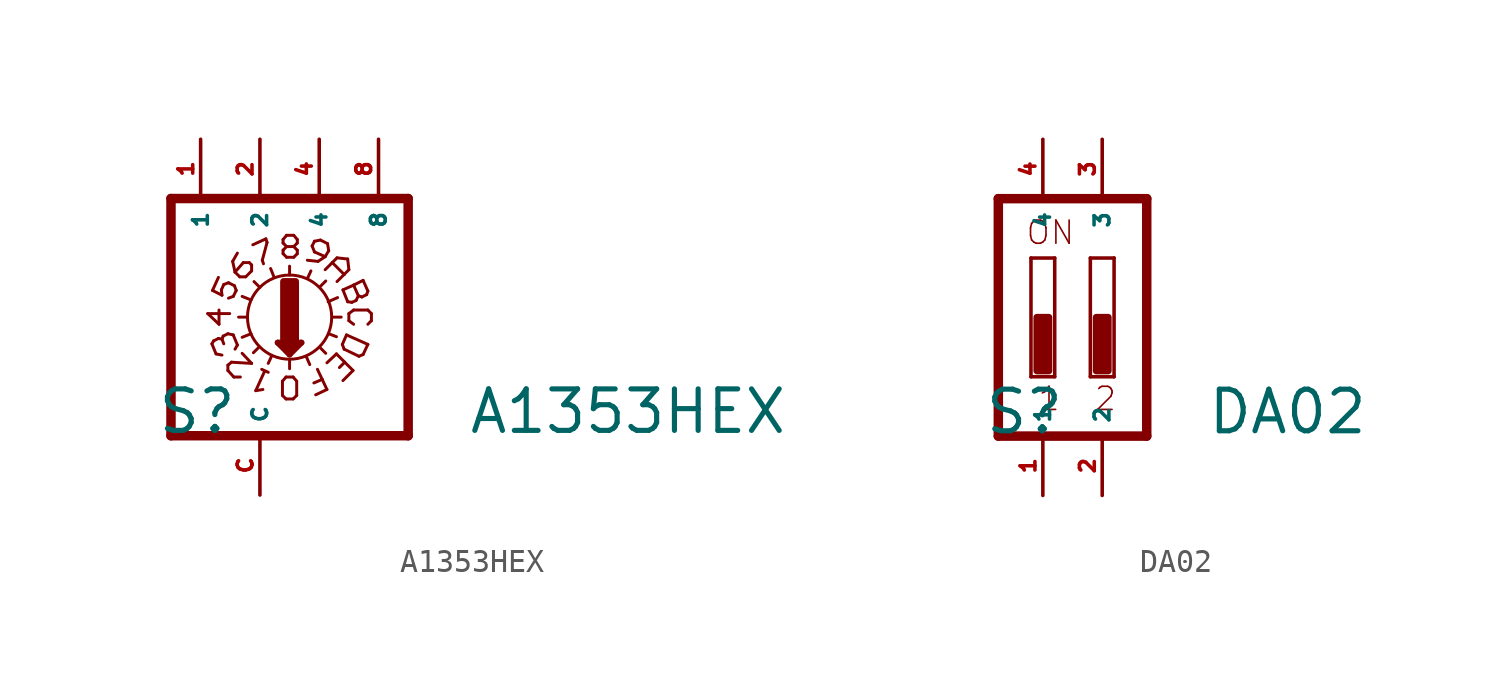
<source format=kicad_sym>
(kicad_symbol_lib
  (version 20220914)
  (generator Eagle2Kicad)
  (symbol "A1353HEX"
    (property "Reference" "S"
      (at -4.445 -5.08 0)
      (effects (font (size 1.778 1.778) (thickness 0.22)) (justify left bottom)))
    (property "Value" "A1353HEX"
      (at 8.89 -5.08 0)
      (effects (font (size 1.778 1.778) (thickness 0.22)) (justify left bottom)))
    (polyline
      (pts (xy 6.35 -5.08) (xy 6.35 5.08))
      (stroke (width 0.406) (type default))
      (fill (type none)))
    (polyline
      (pts (xy 3.099 0) (xy 3.48 0))
      (stroke (width 0.127) (type default))
      (fill (type none)))
    (polyline
      (pts (xy 1.27 1.803) (xy 1.27 2.184))
      (stroke (width 0.127) (type default))
      (fill (type none)))
    (polyline
      (pts (xy -0.914 0) (xy -0.533 0))
      (stroke (width 0.127) (type default))
      (fill (type none)))
    (polyline
      (pts (xy 2.565 -1.295) (xy 2.819 -1.549))
      (stroke (width 0.127) (type default))
      (fill (type none)))
    (polyline
      (pts (xy 0 1.27) (xy -0.254 1.524))
      (stroke (width 0.127) (type default))
      (fill (type none)))
    (polyline
      (pts (xy 2.565 1.295) (xy 2.819 1.549))
      (stroke (width 0.127) (type default))
      (fill (type none)))
    (polyline
      (pts (xy -0.025 -1.27) (xy -0.279 -1.524))
      (stroke (width 0.127) (type default))
      (fill (type none)))
    (polyline
      (pts (xy 2.032 1.651) (xy 2.184 1.981))
      (stroke (width 0.127) (type default))
      (fill (type none)))
    (polyline
      (pts (xy 2.921 0.66) (xy 3.327 0.838))
      (stroke (width 0.127) (type default))
      (fill (type none)))
    (polyline
      (pts (xy 2.946 -0.711) (xy 3.277 -0.838))
      (stroke (width 0.127) (type default))
      (fill (type none)))
    (polyline
      (pts (xy 1.981 -1.676) (xy 2.134 -2.032))
      (stroke (width 0.127) (type default))
      (fill (type none)))
    (polyline
      (pts (xy 0.508 -1.651) (xy 0.356 -1.981))
      (stroke (width 0.127) (type default))
      (fill (type none)))
    (polyline
      (pts (xy -0.381 -0.711) (xy -0.762 -0.864))
      (stroke (width 0.127) (type default))
      (fill (type none)))
    (polyline
      (pts (xy -0.381 0.737) (xy -0.762 0.889))
      (stroke (width 0.127) (type default))
      (fill (type none)))
    (polyline
      (pts (xy 0.61 1.702) (xy 0.457 2.083))
      (stroke (width 0.127) (type default))
      (fill (type none)))
    (polyline
      (pts (xy 0.762 -1.092) (xy 1.27 -1.6))
      (stroke (width 0.254) (type default))
      (fill (type none)))
    (polyline
      (pts (xy 1.27 -1.6) (xy 1.778 -1.092))
      (stroke (width 0.254) (type default))
      (fill (type none)))
    (polyline
      (pts (xy 1.778 -1.092) (xy 0.762 -1.092))
      (stroke (width 0.254) (type default))
      (fill (type none)))
    (polyline
      (pts (xy 1.27 -1.829) (xy 1.27 -2.21))
      (stroke (width 0.127) (type default))
      (fill (type none)))
    (polyline
      (pts (xy 1.016 -1.219) (xy 1.524 -1.219))
      (stroke (width 0.254) (type default))
      (fill (type none)))
    (polyline
      (pts (xy 1.27 -1.473) (xy 1.27 -1.346))
      (stroke (width 0.254) (type default))
      (fill (type none)))
    (polyline
      (pts (xy -3.81 -5.08) (xy -3.81 5.08))
      (stroke (width 0.406) (type default))
      (fill (type none)))
    (polyline
      (pts (xy -2.032 1.143) (xy -1.778 1.702))
      (stroke (width 0.127) (type default))
      (fill (type none)))
    (polyline
      (pts (xy -2.032 1.143) (xy -1.626 0.94))
      (stroke (width 0.127) (type default))
      (fill (type none)))
    (polyline
      (pts (xy -1.626 0.94) (xy -1.651 1.168))
      (stroke (width 0.127) (type default))
      (fill (type none)))
    (polyline
      (pts (xy -1.651 1.168) (xy -1.549 1.397))
      (stroke (width 0.127) (type default))
      (fill (type none)))
    (polyline
      (pts (xy -1.092 1.346) (xy -1.016 1.143))
      (stroke (width 0.127) (type default))
      (fill (type none)))
    (polyline
      (pts (xy -1.016 1.143) (xy -1.143 0.889))
      (stroke (width 0.127) (type default))
      (fill (type none)))
    (polyline
      (pts (xy -1.143 0.889) (xy -1.346 0.813))
      (stroke (width 0.127) (type default))
      (fill (type none)))
    (polyline
      (pts (xy -1.549 1.397) (xy -1.346 1.473))
      (stroke (width 0.127) (type default))
      (fill (type none)))
    (polyline
      (pts (xy -1.346 1.473) (xy -1.092 1.346))
      (stroke (width 0.127) (type default))
      (fill (type none)))
    (polyline
      (pts (xy -0.61 1.727) (xy -0.356 1.981))
      (stroke (width 0.127) (type default))
      (fill (type none)))
    (polyline
      (pts (xy -0.356 1.981) (xy -0.356 2.235))
      (stroke (width 0.127) (type default))
      (fill (type none)))
    (polyline
      (pts (xy -0.356 2.235) (xy -0.457 2.337))
      (stroke (width 0.127) (type default))
      (fill (type none)))
    (polyline
      (pts (xy -0.457 2.337) (xy -0.711 2.337))
      (stroke (width 0.127) (type default))
      (fill (type none)))
    (polyline
      (pts (xy -0.711 2.337) (xy -1.067 1.93))
      (stroke (width 0.127) (type default))
      (fill (type none)))
    (polyline
      (pts (xy -0.61 1.727) (xy -0.864 1.727))
      (stroke (width 0.127) (type default))
      (fill (type none)))
    (polyline
      (pts (xy -0.864 1.727) (xy -1.067 1.93))
      (stroke (width 0.127) (type default))
      (fill (type none)))
    (polyline
      (pts (xy -1.067 1.93) (xy -1.168 2.388))
      (stroke (width 0.127) (type default))
      (fill (type none)))
    (polyline
      (pts (xy -1.168 2.388) (xy -0.965 2.743))
      (stroke (width 0.127) (type default))
      (fill (type none)))
    (polyline
      (pts (xy -0.305 3.099) (xy 0.254 3.353))
      (stroke (width 0.127) (type default))
      (fill (type none)))
    (polyline
      (pts (xy 0.102 2.438) (xy 0.152 2.286))
      (stroke (width 0.127) (type default))
      (fill (type none)))
    (polyline
      (pts (xy 0.254 3.353) (xy 0.305 3.2))
      (stroke (width 0.127) (type default))
      (fill (type none)))
    (polyline
      (pts (xy 0.305 3.2) (xy 0.102 2.438))
      (stroke (width 0.127) (type default))
      (fill (type none)))
    (polyline
      (pts (xy 2.896 3.15) (xy 2.591 3.302))
      (stroke (width 0.127) (type default))
      (fill (type none)))
    (polyline
      (pts (xy 2.591 3.302) (xy 2.337 3.251))
      (stroke (width 0.127) (type default))
      (fill (type none)))
    (polyline
      (pts (xy 2.337 3.251) (xy 2.235 3.048))
      (stroke (width 0.127) (type default))
      (fill (type none)))
    (polyline
      (pts (xy 2.235 3.048) (xy 2.337 2.794))
      (stroke (width 0.127) (type default))
      (fill (type none)))
    (polyline
      (pts (xy 2.337 2.794) (xy 2.794 2.591))
      (stroke (width 0.127) (type default))
      (fill (type none)))
    (polyline
      (pts (xy 2.896 3.15) (xy 2.946 2.845))
      (stroke (width 0.127) (type default))
      (fill (type none)))
    (polyline
      (pts (xy 2.946 2.845) (xy 2.794 2.591))
      (stroke (width 0.127) (type default))
      (fill (type none)))
    (polyline
      (pts (xy 2.794 2.591) (xy 2.489 2.388))
      (stroke (width 0.127) (type default))
      (fill (type none)))
    (polyline
      (pts (xy 2.489 2.388) (xy 2.032 2.438))
      (stroke (width 0.127) (type default))
      (fill (type none)))
    (polyline
      (pts (xy 2.794 2.032) (xy 3.099 2.337))
      (stroke (width 0.127) (type default))
      (fill (type none)))
    (polyline
      (pts (xy 3.302 2.54) (xy 3.759 2.489))
      (stroke (width 0.127) (type default))
      (fill (type none)))
    (polyline
      (pts (xy 3.759 2.489) (xy 3.81 2.032))
      (stroke (width 0.127) (type default))
      (fill (type none)))
    (polyline
      (pts (xy 3.81 2.032) (xy 3.607 1.829))
      (stroke (width 0.127) (type default))
      (fill (type none)))
    (polyline
      (pts (xy 3.099 2.337) (xy 3.607 1.829))
      (stroke (width 0.127) (type default))
      (fill (type none)))
    (polyline
      (pts (xy 3.099 2.337) (xy 3.302 2.54))
      (stroke (width 0.127) (type default))
      (fill (type none)))
    (polyline
      (pts (xy 3.607 1.829) (xy 3.302 1.524))
      (stroke (width 0.127) (type default))
      (fill (type none)))
    (polyline
      (pts (xy 3.556 1.168) (xy 4.013 1.372))
      (stroke (width 0.127) (type default))
      (fill (type none)))
    (polyline
      (pts (xy 4.42 1.575) (xy 4.623 1.118))
      (stroke (width 0.127) (type default))
      (fill (type none)))
    (polyline
      (pts (xy 4.623 1.118) (xy 4.572 0.965))
      (stroke (width 0.127) (type default))
      (fill (type none)))
    (polyline
      (pts (xy 4.572 0.965) (xy 4.369 0.864))
      (stroke (width 0.127) (type default))
      (fill (type none)))
    (polyline
      (pts (xy 4.369 0.864) (xy 4.216 0.914))
      (stroke (width 0.127) (type default))
      (fill (type none)))
    (polyline
      (pts (xy 4.216 0.914) (xy 4.013 1.372))
      (stroke (width 0.127) (type default))
      (fill (type none)))
    (polyline
      (pts (xy 4.216 0.914) (xy 4.115 0.711))
      (stroke (width 0.127) (type default))
      (fill (type none)))
    (polyline
      (pts (xy 4.115 0.711) (xy 3.937 0.635))
      (stroke (width 0.127) (type default))
      (fill (type none)))
    (polyline
      (pts (xy 3.937 0.635) (xy 3.759 0.66))
      (stroke (width 0.127) (type default))
      (fill (type none)))
    (polyline
      (pts (xy 3.759 0.66) (xy 3.556 1.168))
      (stroke (width 0.127) (type default))
      (fill (type none)))
    (polyline
      (pts (xy 4.013 1.372) (xy 4.42 1.575))
      (stroke (width 0.127) (type default))
      (fill (type none)))
    (polyline
      (pts (xy 4.013 0.305) (xy 4.623 0.305))
      (stroke (width 0.127) (type default))
      (fill (type none)))
    (polyline
      (pts (xy 4.623 0.305) (xy 4.775 0.152))
      (stroke (width 0.127) (type default))
      (fill (type none)))
    (polyline
      (pts (xy 4.775 0.152) (xy 4.775 -0.152))
      (stroke (width 0.127) (type default))
      (fill (type none)))
    (polyline
      (pts (xy 4.775 -0.152) (xy 4.623 -0.305))
      (stroke (width 0.127) (type default))
      (fill (type none)))
    (polyline
      (pts (xy 4.013 0.305) (xy 3.81 0.152))
      (stroke (width 0.127) (type default))
      (fill (type none)))
    (polyline
      (pts (xy 3.81 0.152) (xy 3.81 -0.152))
      (stroke (width 0.127) (type default))
      (fill (type none)))
    (polyline
      (pts (xy 3.81 -0.152) (xy 4.013 -0.305))
      (stroke (width 0.127) (type default))
      (fill (type none)))
    (polyline
      (pts (xy 3.708 -0.762) (xy 3.531 -1.168))
      (stroke (width 0.127) (type default))
      (fill (type none)))
    (polyline
      (pts (xy 3.531 -1.168) (xy 3.607 -1.372))
      (stroke (width 0.127) (type default))
      (fill (type none)))
    (polyline
      (pts (xy 3.607 -1.372) (xy 4.242 -1.676))
      (stroke (width 0.127) (type default))
      (fill (type none)))
    (polyline
      (pts (xy 4.242 -1.676) (xy 4.42 -1.6))
      (stroke (width 0.127) (type default))
      (fill (type none)))
    (polyline
      (pts (xy 4.42 -1.6) (xy 4.623 -1.168))
      (stroke (width 0.127) (type default))
      (fill (type none)))
    (polyline
      (pts (xy 4.623 -1.168) (xy 3.708 -0.762))
      (stroke (width 0.127) (type default))
      (fill (type none)))
    (polyline
      (pts (xy 3.277 -1.575) (xy 2.87 -1.956))
      (stroke (width 0.127) (type default))
      (fill (type none)))
    (polyline
      (pts (xy 3.277 -1.575) (xy 3.632 -1.93))
      (stroke (width 0.127) (type default))
      (fill (type none)))
    (polyline
      (pts (xy 3.988 -2.286) (xy 3.556 -2.718))
      (stroke (width 0.127) (type default))
      (fill (type none)))
    (polyline
      (pts (xy 3.632 -1.93) (xy 3.404 -2.159))
      (stroke (width 0.127) (type default))
      (fill (type none)))
    (polyline
      (pts (xy 3.632 -1.93) (xy 3.988 -2.286))
      (stroke (width 0.127) (type default))
      (fill (type none)))
    (polyline
      (pts (xy 2.388 -3.327) (xy 2.87 -3.099))
      (stroke (width 0.127) (type default))
      (fill (type none)))
    (polyline
      (pts (xy 2.87 -3.099) (xy 2.667 -2.667))
      (stroke (width 0.127) (type default))
      (fill (type none)))
    (polyline
      (pts (xy 2.667 -2.667) (xy 2.311 -2.819))
      (stroke (width 0.127) (type default))
      (fill (type none)))
    (polyline
      (pts (xy 2.667 -2.667) (xy 2.464 -2.235))
      (stroke (width 0.127) (type default))
      (fill (type none)))
    (polyline
      (pts (xy 0.076 -2.235) (xy 0.356 -2.362))
      (stroke (width 0.127) (type default))
      (fill (type none)))
    (polyline
      (pts (xy 0.203 -2.311) (xy -0.178 -3.15))
      (stroke (width 0.127) (type default))
      (fill (type none)))
    (polyline
      (pts (xy -0.178 -3.15) (xy 0.127 -3.099))
      (stroke (width 0.127) (type default))
      (fill (type none)))
    (polyline
      (pts (xy -0.762 -1.549) (xy -0.356 -1.981))
      (stroke (width 0.127) (type default))
      (fill (type none)))
    (polyline
      (pts (xy -1.372 -2.286) (xy -1.118 -2.565))
      (stroke (width 0.127) (type default))
      (fill (type none)))
    (polyline
      (pts (xy -1.118 -2.565) (xy -0.838 -2.565))
      (stroke (width 0.127) (type default))
      (fill (type none)))
    (polyline
      (pts (xy -1.372 -2.286) (xy -1.372 -2.057))
      (stroke (width 0.127) (type default))
      (fill (type none)))
    (polyline
      (pts (xy -1.372 -2.057) (xy -1.219 -1.93))
      (stroke (width 0.127) (type default))
      (fill (type none)))
    (polyline
      (pts (xy -1.219 -1.93) (xy -0.356 -1.981))
      (stroke (width 0.127) (type default))
      (fill (type none)))
    (polyline
      (pts (xy -1.143 -0.762) (xy -0.965 -1.194))
      (stroke (width 0.127) (type default))
      (fill (type none)))
    (polyline
      (pts (xy -2.057 -1.143) (xy -1.88 -1.575))
      (stroke (width 0.127) (type default))
      (fill (type none)))
    (polyline
      (pts (xy -1.626 -1.626) (xy -1.88 -1.575))
      (stroke (width 0.127) (type default))
      (fill (type none)))
    (polyline
      (pts (xy -1.067 -1.372) (xy -0.965 -1.194))
      (stroke (width 0.127) (type default))
      (fill (type none)))
    (polyline
      (pts (xy -1.143 -0.762) (xy -1.372 -0.711))
      (stroke (width 0.127) (type default))
      (fill (type none)))
    (polyline
      (pts (xy -1.372 -0.711) (xy -1.575 -0.813))
      (stroke (width 0.127) (type default))
      (fill (type none)))
    (polyline
      (pts (xy -1.575 -0.813) (xy -1.626 -0.94))
      (stroke (width 0.127) (type default))
      (fill (type none)))
    (polyline
      (pts (xy -1.626 -0.94) (xy -1.549 -1.143))
      (stroke (width 0.127) (type default))
      (fill (type none)))
    (polyline
      (pts (xy -1.626 -0.94) (xy -1.778 -0.914))
      (stroke (width 0.127) (type default))
      (fill (type none)))
    (polyline
      (pts (xy -1.778 -0.914) (xy -1.981 -1.016))
      (stroke (width 0.127) (type default))
      (fill (type none)))
    (polyline
      (pts (xy -1.981 -1.016) (xy -2.057 -1.143))
      (stroke (width 0.127) (type default))
      (fill (type none)))
    (polyline
      (pts (xy -1.295 0.152) (xy -2.235 0.152))
      (stroke (width 0.127) (type default))
      (fill (type none)))
    (polyline
      (pts (xy -2.235 0.152) (xy -1.753 -0.305))
      (stroke (width 0.127) (type default))
      (fill (type none)))
    (polyline
      (pts (xy -1.753 -0.305) (xy -1.753 0.305))
      (stroke (width 0.127) (type default))
      (fill (type none)))
    (polyline
      (pts (xy 1.118 -3.505) (xy 1.422 -3.505))
      (stroke (width 0.127) (type default))
      (fill (type none)))
    (polyline
      (pts (xy 1.422 -3.505) (xy 1.575 -3.353))
      (stroke (width 0.127) (type default))
      (fill (type none)))
    (polyline
      (pts (xy 1.575 -3.353) (xy 1.575 -2.743))
      (stroke (width 0.127) (type default))
      (fill (type none)))
    (polyline
      (pts (xy 1.575 -2.743) (xy 1.422 -2.565))
      (stroke (width 0.127) (type default))
      (fill (type none)))
    (polyline
      (pts (xy 1.422 -2.565) (xy 1.118 -2.565))
      (stroke (width 0.127) (type default))
      (fill (type none)))
    (polyline
      (pts (xy 1.118 -2.565) (xy 0.965 -2.743))
      (stroke (width 0.127) (type default))
      (fill (type none)))
    (polyline
      (pts (xy 0.965 -2.743) (xy 0.965 -3.353))
      (stroke (width 0.127) (type default))
      (fill (type none)))
    (polyline
      (pts (xy 0.965 -3.353) (xy 1.118 -3.505))
      (stroke (width 0.127) (type default))
      (fill (type none)))
    (polyline
      (pts (xy 1.143 2.565) (xy 1.448 2.565))
      (stroke (width 0.127) (type default))
      (fill (type none)))
    (polyline
      (pts (xy 1.448 2.565) (xy 1.6 2.718))
      (stroke (width 0.127) (type default))
      (fill (type none)))
    (polyline
      (pts (xy 1.6 2.718) (xy 1.6 2.87))
      (stroke (width 0.127) (type default))
      (fill (type none)))
    (polyline
      (pts (xy 1.6 2.87) (xy 1.448 3.023))
      (stroke (width 0.127) (type default))
      (fill (type none)))
    (polyline
      (pts (xy 1.448 3.023) (xy 1.6 3.175))
      (stroke (width 0.127) (type default))
      (fill (type none)))
    (polyline
      (pts (xy 1.6 3.175) (xy 1.6 3.327))
      (stroke (width 0.127) (type default))
      (fill (type none)))
    (polyline
      (pts (xy 1.6 3.327) (xy 1.448 3.505))
      (stroke (width 0.127) (type default))
      (fill (type none)))
    (polyline
      (pts (xy 1.448 3.505) (xy 1.143 3.505))
      (stroke (width 0.127) (type default))
      (fill (type none)))
    (polyline
      (pts (xy 1.143 3.505) (xy 0.991 3.327))
      (stroke (width 0.127) (type default))
      (fill (type none)))
    (polyline
      (pts (xy 0.991 3.327) (xy 0.991 3.175))
      (stroke (width 0.127) (type default))
      (fill (type none)))
    (polyline
      (pts (xy 0.991 3.175) (xy 1.143 3.023))
      (stroke (width 0.127) (type default))
      (fill (type none)))
    (polyline
      (pts (xy 1.143 3.023) (xy 0.991 2.87))
      (stroke (width 0.127) (type default))
      (fill (type none)))
    (polyline
      (pts (xy 0.991 2.87) (xy 0.991 2.718))
      (stroke (width 0.127) (type default))
      (fill (type none)))
    (polyline
      (pts (xy 0.991 2.718) (xy 1.143 2.565))
      (stroke (width 0.127) (type default))
      (fill (type none)))
    (polyline
      (pts (xy 1.143 3.023) (xy 1.448 3.023))
      (stroke (width 0.127) (type default))
      (fill (type none)))
    (polyline
      (pts (xy 6.35 5.08) (xy -3.81 5.08))
      (stroke (width 0.406) (type default))
      (fill (type none)))
    (polyline
      (pts (xy -3.81 -5.08) (xy 6.35 -5.08))
      (stroke (width 0.406) (type default))
      (fill (type none)))
    (circle
      (center 1.27 0)
      (radius 1.803)
      (stroke (width 0.127) (type default))
      (fill (type none)))
    (rectangle
      (start 1.016 -1.016)
      (end 1.524 1.524)
      (stroke (width 0.3) (type default))
      (fill (type outline)))
    (pin passive line
      (at 5.08 7.62 270)
      (length 2.54)
      (name "8" (effects (font (size 0.635 0.635) (thickness 0.08)) (justify left bottom)))
      (number "8" (effects (font (size 0.635 0.635) (thickness 0.08)) (justify left bottom))))
    (pin passive line
      (at 2.54 7.62 270)
      (length 2.54)
      (name "4" (effects (font (size 0.635 0.635) (thickness 0.08)) (justify left bottom)))
      (number "4" (effects (font (size 0.635 0.635) (thickness 0.08)) (justify left bottom))))
    (pin passive line
      (at 0 7.62 270)
      (length 2.54)
      (name "2" (effects (font (size 0.635 0.635) (thickness 0.08)) (justify left bottom)))
      (number "2" (effects (font (size 0.635 0.635) (thickness 0.08)) (justify left bottom))))
    (pin passive line
      (at -2.54 7.62 270)
      (length 2.54)
      (name "1" (effects (font (size 0.635 0.635) (thickness 0.08)) (justify left bottom)))
      (number "1" (effects (font (size 0.635 0.635) (thickness 0.08)) (justify left bottom))))
    (pin passive line
      (at 0 -7.62 90)
      (length 2.54)
      (name "C" (effects (font (size 0.635 0.635) (thickness 0.08)) (justify left bottom)))
      (number "C" (effects (font (size 0.635 0.635) (thickness 0.08)) (justify left bottom)))))
  (symbol "DA02"
    (property "Reference" "S"
      (at -2.54 -5.08 0)
      (effects (font (size 1.778 1.778) (thickness 0.22)) (justify left bottom)))
    (property "Value" "DA02"
      (at 6.985 -5.08 0)
      (effects (font (size 1.778 1.778) (thickness 0.22)) (justify left bottom)))
    (polyline
      (pts (xy -1.905 5.08) (xy -1.905 -5.08))
      (stroke (width 0.406) (type default))
      (fill (type none)))
    (polyline
      (pts (xy -1.905 5.08) (xy 4.445 5.08))
      (stroke (width 0.406) (type default))
      (fill (type none)))
    (polyline
      (pts (xy 4.445 -5.08) (xy 4.445 5.08))
      (stroke (width 0.406) (type default))
      (fill (type none)))
    (polyline
      (pts (xy 4.445 -5.08) (xy -1.905 -5.08))
      (stroke (width 0.406) (type default))
      (fill (type none)))
    (polyline
      (pts (xy 0.508 -2.54) (xy -0.508 -2.54))
      (stroke (width 0.152) (type default))
      (fill (type none)))
    (polyline
      (pts (xy -0.508 2.54) (xy 0.508 2.54))
      (stroke (width 0.152) (type default))
      (fill (type none)))
    (polyline
      (pts (xy 0.508 2.54) (xy 0.508 -2.54))
      (stroke (width 0.152) (type default))
      (fill (type none)))
    (polyline
      (pts (xy -0.508 -2.54) (xy -0.508 2.54))
      (stroke (width 0.152) (type default))
      (fill (type none)))
    (polyline
      (pts (xy 3.048 -2.54) (xy 2.032 -2.54))
      (stroke (width 0.152) (type default))
      (fill (type none)))
    (polyline
      (pts (xy 2.032 2.54) (xy 3.048 2.54))
      (stroke (width 0.152) (type default))
      (fill (type none)))
    (polyline
      (pts (xy 3.048 2.54) (xy 3.048 -2.54))
      (stroke (width 0.152) (type default))
      (fill (type none)))
    (polyline
      (pts (xy 2.032 -2.54) (xy 2.032 2.54))
      (stroke (width 0.152) (type default))
      (fill (type none)))
    (text "1"
      (at -0.254 -4.064 0)
      (effects (font (size 0.991 0.991) (thickness 0.07)) (justify left bottom)))
    (text "2"
      (at 2.159 -4.064 0)
      (effects (font (size 0.991 0.991) (thickness 0.07)) (justify left bottom)))
    (text "ON"
      (at -0.762 3.048 0)
      (effects (font (size 0.991 0.991) (thickness 0.07)) (justify left bottom)))
    (rectangle
      (start -0.254 -2.286)
      (end 0.254 0)
      (stroke (width 0.3) (type default))
      (fill (type outline)))
    (rectangle
      (start 2.286 -2.286)
      (end 2.794 0)
      (stroke (width 0.3) (type default))
      (fill (type outline)))
    (pin passive line
      (at 2.54 7.62 270)
      (length 2.54)
      (name "3" (effects (font (size 0.635 0.635) (thickness 0.08)) (justify left bottom)))
      (number "3" (effects (font (size 0.635 0.635) (thickness 0.08)) (justify left bottom))))
    (pin passive line
      (at 0 7.62 270)
      (length 2.54)
      (name "4" (effects (font (size 0.635 0.635) (thickness 0.08)) (justify left bottom)))
      (number "4" (effects (font (size 0.635 0.635) (thickness 0.08)) (justify left bottom))))
    (pin passive line
      (at 0 -7.62 90)
      (length 2.54)
      (name "1" (effects (font (size 0.635 0.635) (thickness 0.08)) (justify left bottom)))
      (number "1" (effects (font (size 0.635 0.635) (thickness 0.08)) (justify left bottom))))
    (pin passive line
      (at 2.54 -7.62 90)
      (length 2.54)
      (name "2" (effects (font (size 0.635 0.635) (thickness 0.08)) (justify left bottom)))
      (number "2" (effects (font (size 0.635 0.635) (thickness 0.08)) (justify left bottom))))))
</source>
